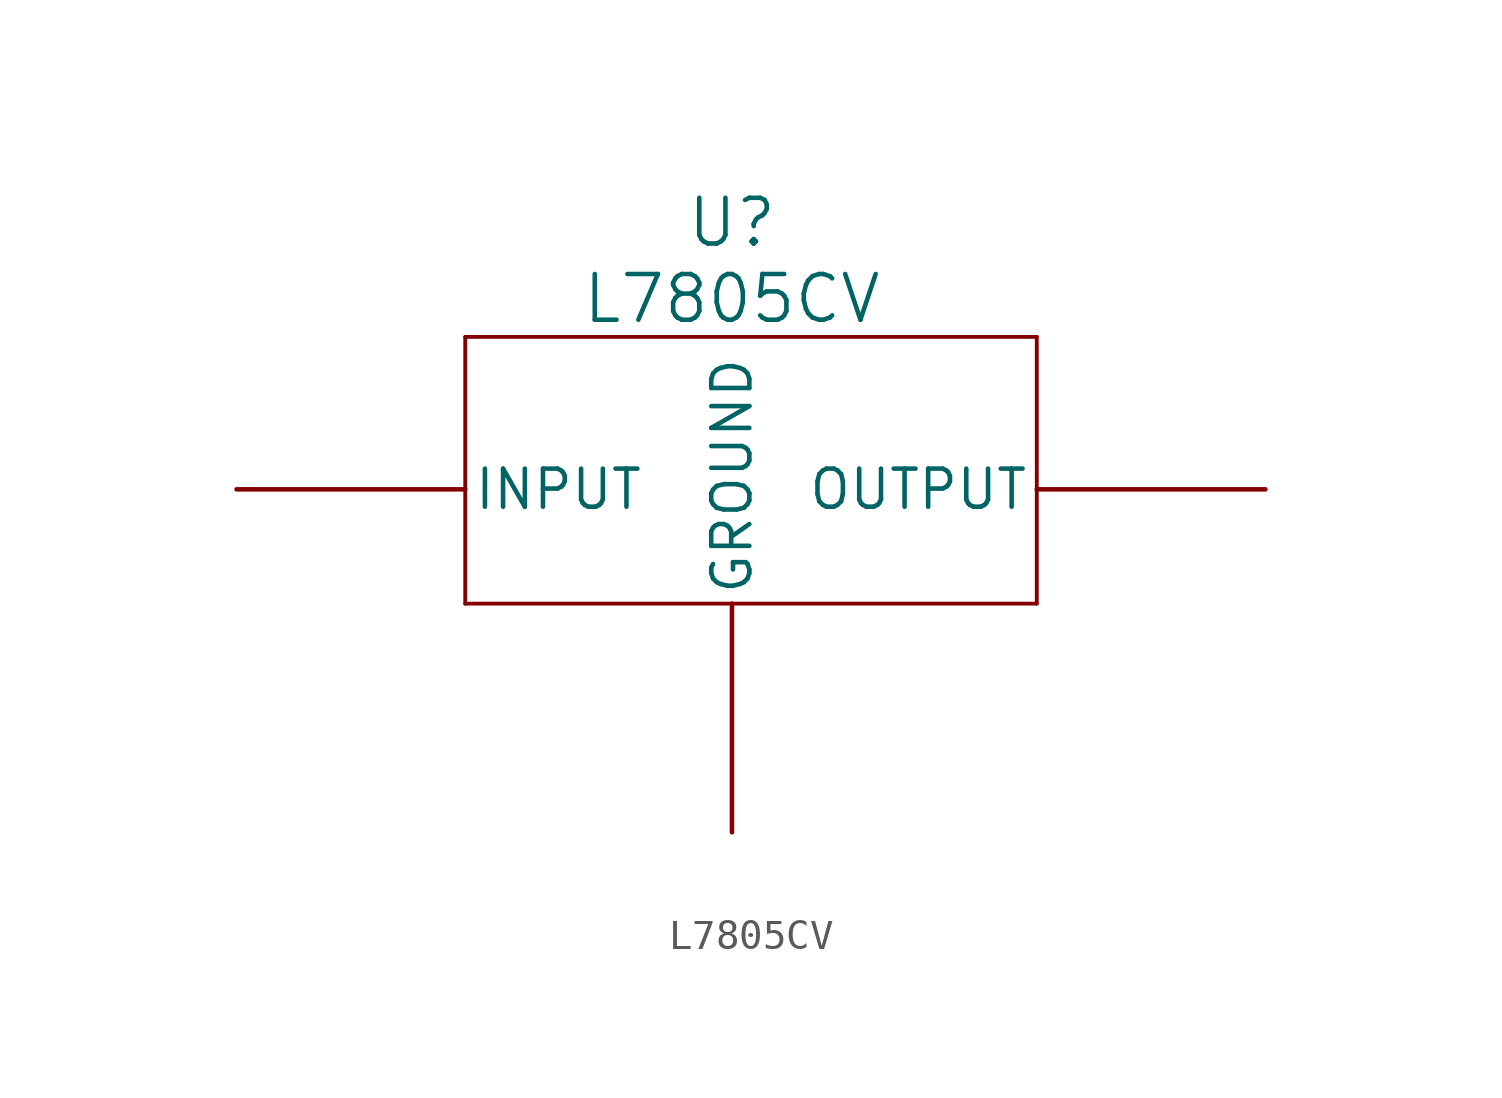
<source format=kicad_sym>
(kicad_symbol_lib
  (version 20220914)
  (generator kicad_symbol_editor)
  (symbol "L7805CV"
    (pin_numbers hide)
    (pin_names
      (offset 0.254))
    (property "Reference" "U"
      (at 0 8.89 0)
      (effects (font (size 1.524 1.524))))
    (property "Value" "L7805CV"
      (at 0 6.35 0)
      (effects (font (size 1.524 1.524))))
    (symbol "L7805CV_0_1"
      (polyline (pts (xy -8.89 -3.81) (xy 10.16 -3.81)) (stroke (width 0.127) (type default)) (fill (type none)))
      (polyline (pts (xy -8.89 5.08) (xy -8.89 -3.81)) (stroke (width 0.127) (type default)) (fill (type none)))
      (polyline (pts (xy 10.16 -3.81) (xy 10.16 5.08)) (stroke (width 0.127) (type default)) (fill (type none)))
      (polyline (pts (xy 10.16 5.08) (xy -8.89 5.08)) (stroke (width 0.127) (type default)) (fill (type none)))
      (pin passive line (at -16.51 0 0) (length 7.62) (name "INPUT" (effects (font (size 1.27 1.27)))) (number "1" (effects (font (size 1.27 1.27)))))
      (pin passive line (at 0 -11.43 90) (length 7.62) (name "GROUND" (effects (font (size 1.27 1.27)))) (number "2" (effects (font (size 1.27 1.27)))))
      (pin passive line (at 17.78 0 180) (length 7.62) (name "OUTPUT" (effects (font (size 1.27 1.27)))) (number "3" (effects (font (size 1.27 1.27))))))))
</source>
